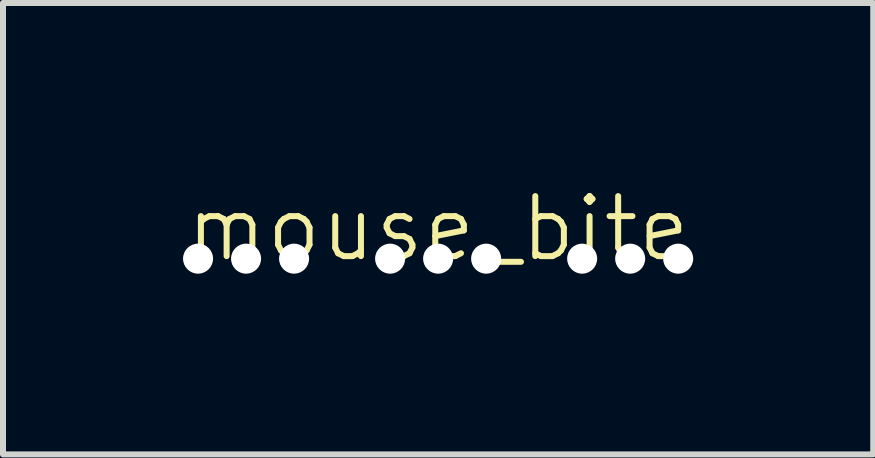
<source format=kicad_pcb>
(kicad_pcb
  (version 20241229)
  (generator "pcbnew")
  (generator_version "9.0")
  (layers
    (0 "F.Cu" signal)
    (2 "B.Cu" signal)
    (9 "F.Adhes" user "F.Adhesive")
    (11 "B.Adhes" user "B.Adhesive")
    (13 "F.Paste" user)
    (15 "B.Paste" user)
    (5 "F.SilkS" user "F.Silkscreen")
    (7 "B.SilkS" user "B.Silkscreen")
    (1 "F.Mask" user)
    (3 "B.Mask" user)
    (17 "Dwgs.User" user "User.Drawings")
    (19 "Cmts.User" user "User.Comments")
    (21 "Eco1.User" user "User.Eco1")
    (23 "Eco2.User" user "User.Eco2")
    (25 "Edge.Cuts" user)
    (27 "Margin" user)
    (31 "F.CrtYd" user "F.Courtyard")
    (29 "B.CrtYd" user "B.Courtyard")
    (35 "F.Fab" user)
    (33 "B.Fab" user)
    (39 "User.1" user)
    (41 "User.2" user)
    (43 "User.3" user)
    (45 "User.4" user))
  (footprint "mouse_bite"
    (layer "F.Cu")
    (at 4.25 1.26)
    (property "Reference" "mouse_bite" (at 0 -0.5 0) (unlocked yes) (layer "F.SilkS") (effects (font (size 1 1) (thickness 0.1))))
    (attr through_hole)
    (pad "" np_thru_hole circle (at -4 0) (size 0.5 0.5) (drill 0.5) (layers "*.Cu" "*.Mask"))
    (pad "" np_thru_hole circle (at -3.2 0) (size 0.5 0.5) (drill 0.5) (layers "*.Cu" "*.Mask"))
    (pad "" np_thru_hole circle (at -2.4 0) (size 0.5 0.5) (drill 0.5) (layers "*.Cu" "*.Mask"))
    (pad "" np_thru_hole circle (at -0.8 0) (size 0.5 0.5) (drill 0.5) (layers "*.Cu" "*.Mask"))
    (pad "" np_thru_hole circle (at 0 0) (size 0.5 0.5) (drill 0.5) (layers "*.Cu" "*.Mask"))
    (pad "" np_thru_hole circle (at 0.8 0) (size 0.5 0.5) (drill 0.5) (layers "*.Cu" "*.Mask"))
    (pad "" np_thru_hole circle (at 2.4 0) (size 0.5 0.5) (drill 0.5) (layers "*.Cu" "*.Mask"))
    (pad "" np_thru_hole circle (at 3.2 0) (size 0.5 0.5) (drill 0.5) (layers "*.Cu" "*.Mask"))
    (pad "" np_thru_hole circle (at 4 0) (size 0.5 0.5) (drill 0.5) (layers "*.Cu" "*.Mask")))
  (gr_rect
    (start -3 -3)
    (end 11.5 4.521)
    (stroke (width 0.1) (type default))
    (fill no)
    (layer "Edge.Cuts")))
</source>
